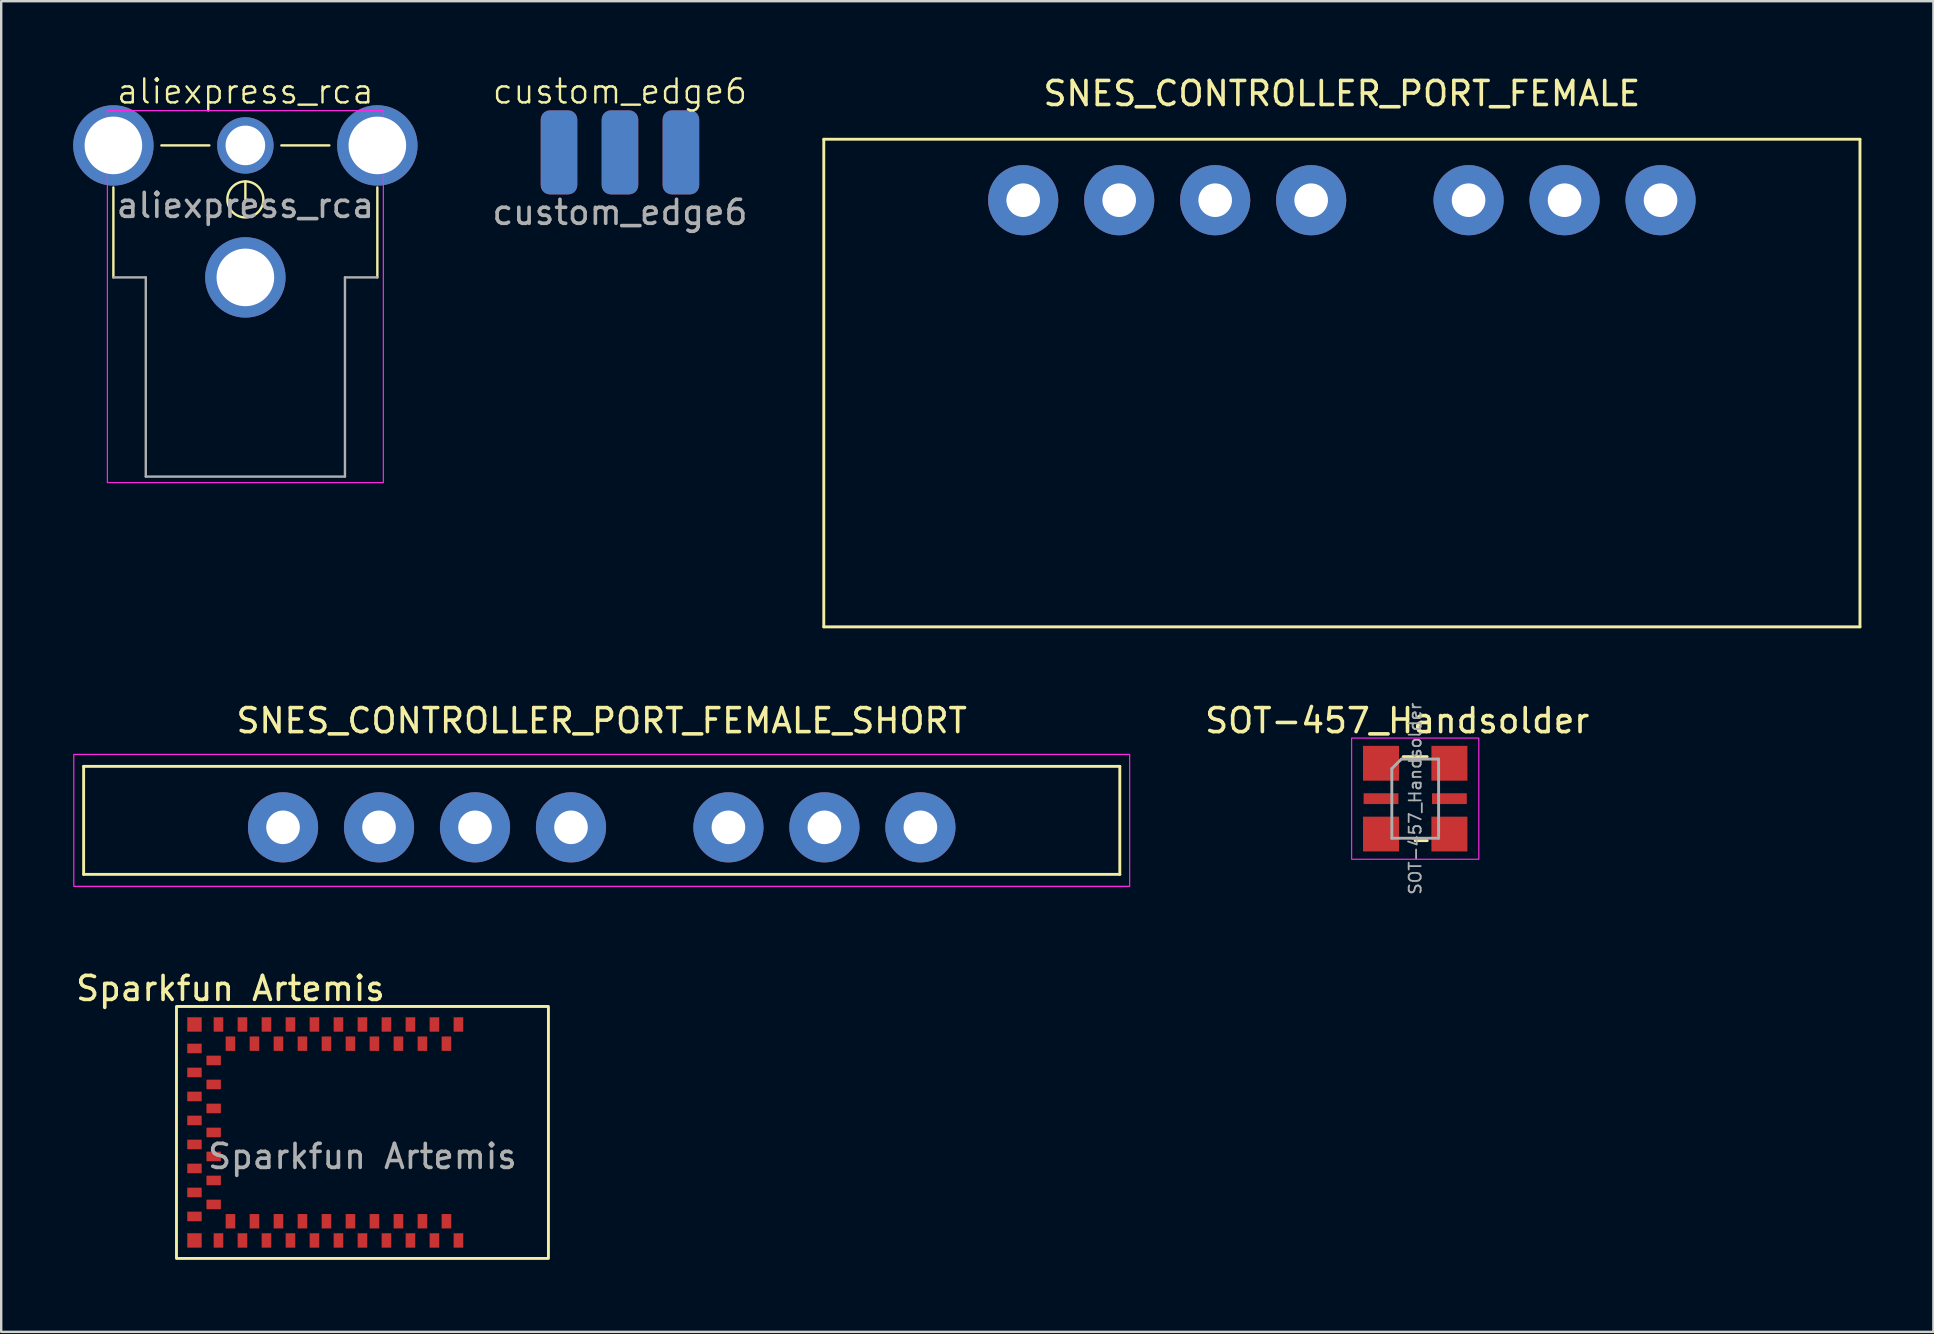
<source format=kicad_pcb>
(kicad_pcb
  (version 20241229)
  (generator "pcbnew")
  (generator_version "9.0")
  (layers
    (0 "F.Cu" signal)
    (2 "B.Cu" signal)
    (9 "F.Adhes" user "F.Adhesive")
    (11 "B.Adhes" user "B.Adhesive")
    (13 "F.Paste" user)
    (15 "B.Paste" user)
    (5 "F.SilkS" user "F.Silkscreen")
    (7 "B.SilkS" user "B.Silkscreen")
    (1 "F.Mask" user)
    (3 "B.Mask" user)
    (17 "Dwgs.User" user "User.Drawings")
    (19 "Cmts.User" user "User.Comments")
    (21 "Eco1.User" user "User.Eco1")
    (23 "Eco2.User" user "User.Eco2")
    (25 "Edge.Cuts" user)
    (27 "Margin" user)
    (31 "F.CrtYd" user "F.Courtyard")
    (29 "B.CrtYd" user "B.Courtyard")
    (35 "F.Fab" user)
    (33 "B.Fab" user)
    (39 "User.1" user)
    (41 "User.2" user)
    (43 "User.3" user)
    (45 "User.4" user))
  (footprint "Sparkfun Artemis"
    (layer "F.Cu")
    (at 11.054 44.142)
    (property "Reference" "Sparkfun Artemis" (at -4.5 -6 0) (unlocked yes) (layer "F.SilkS") (effects (font (size 1 1) (thickness 0.15))))
    (attr smd)
    (fp_rect (start -6.75 -5.25) (end 8.75 5.25) (stroke (width 0.12) (type default)) (fill no) (layer "F.SilkS"))
    (fp_text user "${REFERENCE}" (at 1 1 0) (unlocked yes) (layer "F.Fab") (effects (font (size 1 1) (thickness 0.15))))
    (pad "1" smd rect (at 5 -4.5) (size 0.4 0.6) (layers "F.Cu" "F.Mask" "F.Paste"))
    (pad "2" smd rect (at 4.5 -3.7) (size 0.4 0.6) (layers "F.Cu" "F.Mask" "F.Paste"))
    (pad "3" smd rect (at 4 -4.5) (size 0.4 0.6) (layers "F.Cu" "F.Mask" "F.Paste"))
    (pad "4" smd rect (at 3.5 -3.7) (size 0.4 0.6) (layers "F.Cu" "F.Mask" "F.Paste"))
    (pad "5" smd rect (at 3 -4.5) (size 0.4 0.6) (layers "F.Cu" "F.Mask" "F.Paste"))
    (pad "6" smd rect (at 2.5 -3.7) (size 0.4 0.6) (layers "F.Cu" "F.Mask" "F.Paste"))
    (pad "7" smd rect (at 2 -4.5) (size 0.4 0.6) (layers "F.Cu" "F.Mask" "F.Paste"))
    (pad "8" smd rect (at 1.5 -3.7) (size 0.4 0.6) (layers "F.Cu" "F.Mask" "F.Paste"))
    (pad "9" smd rect (at 1 -4.5) (size 0.4 0.6) (layers "F.Cu" "F.Mask" "F.Paste"))
    (pad "10" smd rect (at 0.5 -3.7) (size 0.4 0.6) (layers "F.Cu" "F.Mask" "F.Paste"))
    (pad "11" smd rect (at 0 -4.5) (size 0.4 0.6) (layers "F.Cu" "F.Mask" "F.Paste"))
    (pad "12" smd rect (at -0.5 -3.7) (size 0.4 0.6) (layers "F.Cu" "F.Mask" "F.Paste"))
    (pad "13" smd rect (at -1 -4.5) (size 0.4 0.6) (layers "F.Cu" "F.Mask" "F.Paste"))
    (pad "14" smd rect (at -1.5 -3.7) (size 0.4 0.6) (layers "F.Cu" "F.Mask" "F.Paste"))
    (pad "15" smd rect (at -2 -4.5) (size 0.4 0.6) (layers "F.Cu" "F.Mask" "F.Paste"))
    (pad "16" smd rect (at -2.5 -3.7) (size 0.4 0.6) (layers "F.Cu" "F.Mask" "F.Paste"))
    (pad "17" smd rect (at -3 -4.5) (size 0.4 0.6) (layers "F.Cu" "F.Mask" "F.Paste"))
    (pad "18" smd rect (at -3.5 -3.7) (size 0.4 0.6) (layers "F.Cu" "F.Mask" "F.Paste"))
    (pad "19" smd rect (at -4 -4.5) (size 0.4 0.6) (layers "F.Cu" "F.Mask" "F.Paste"))
    (pad "20" smd rect (at -4.5 -3.7) (size 0.4 0.6) (layers "F.Cu" "F.Mask" "F.Paste"))
    (pad "21" smd rect (at -5 -4.5) (size 0.4 0.6) (layers "F.Cu" "F.Mask" "F.Paste"))
    (pad "22" smd rect (at -6 -4.5) (size 0.6 0.6) (layers "F.Cu" "F.Mask" "F.Paste"))
    (pad "23" smd rect (at -6 -3.5) (size 0.6 0.4) (layers "F.Cu" "F.Mask" "F.Paste"))
    (pad "24" smd rect (at -5.2 -3) (size 0.6 0.4) (layers "F.Cu" "F.Mask" "F.Paste"))
    (pad "25" smd rect (at -6 -2.5) (size 0.6 0.4) (layers "F.Cu" "F.Mask" "F.Paste"))
    (pad "26" smd rect (at -5.2 -2) (size 0.6 0.4) (layers "F.Cu" "F.Mask" "F.Paste"))
    (pad "27" smd rect (at -6 -1.5) (size 0.6 0.4) (layers "F.Cu" "F.Mask" "F.Paste"))
    (pad "28" smd rect (at -5.2 -1) (size 0.6 0.4) (layers "F.Cu" "F.Mask" "F.Paste"))
    (pad "29" smd rect (at -6 -0.5) (size 0.6 0.4) (layers "F.Cu" "F.Mask" "F.Paste"))
    (pad "30" smd rect (at -5.2 0) (size 0.6 0.4) (layers "F.Cu" "F.Mask" "F.Paste"))
    (pad "31" smd rect (at -6 0.5) (size 0.6 0.4) (layers "F.Cu" "F.Mask" "F.Paste"))
    (pad "32" smd rect (at -5.2 1) (size 0.6 0.4) (layers "F.Cu" "F.Mask" "F.Paste"))
    (pad "33" smd rect (at -6 1.5) (size 0.6 0.4) (layers "F.Cu" "F.Mask" "F.Paste"))
    (pad "34" smd rect (at -5.2 2) (size 0.6 0.4) (layers "F.Cu" "F.Mask" "F.Paste"))
    (pad "35" smd rect (at -6 2.5) (size 0.6 0.4) (layers "F.Cu" "F.Mask" "F.Paste"))
    (pad "36" smd rect (at -5.2 3) (size 0.6 0.4) (layers "F.Cu" "F.Mask" "F.Paste"))
    (pad "37" smd rect (at -6 3.5) (size 0.6 0.4) (layers "F.Cu" "F.Mask" "F.Paste"))
    (pad "38" smd rect (at -6 4.5) (size 0.6 0.6) (layers "F.Cu" "F.Mask" "F.Paste"))
    (pad "39" smd rect (at -5 4.5) (size 0.4 0.6) (layers "F.Cu" "F.Mask" "F.Paste"))
    (pad "40" smd rect (at -4.5 3.7) (size 0.4 0.6) (layers "F.Cu" "F.Mask" "F.Paste"))
    (pad "41" smd rect (at -4 4.5) (size 0.4 0.6) (layers "F.Cu" "F.Mask" "F.Paste"))
    (pad "42" smd rect (at -3.5 3.7) (size 0.4 0.6) (layers "F.Cu" "F.Mask" "F.Paste"))
    (pad "43" smd rect (at -3 4.5) (size 0.4 0.6) (layers "F.Cu" "F.Mask" "F.Paste"))
    (pad "44" smd rect (at -2.5 3.7) (size 0.4 0.6) (layers "F.Cu" "F.Mask" "F.Paste"))
    (pad "45" smd rect (at -2 4.5) (size 0.4 0.6) (layers "F.Cu" "F.Mask" "F.Paste"))
    (pad "46" smd rect (at -1.5 3.7) (size 0.4 0.6) (layers "F.Cu" "F.Mask" "F.Paste"))
    (pad "47" smd rect (at -1 4.5) (size 0.4 0.6) (layers "F.Cu" "F.Mask" "F.Paste"))
    (pad "48" smd rect (at -0.5 3.7) (size 0.4 0.6) (layers "F.Cu" "F.Mask" "F.Paste"))
    (pad "49" smd rect (at 0 4.5) (size 0.4 0.6) (layers "F.Cu" "F.Mask" "F.Paste"))
    (pad "50" smd rect (at 0.5 3.7) (size 0.4 0.6) (layers "F.Cu" "F.Mask" "F.Paste"))
    (pad "51" smd rect (at 1 4.5) (size 0.4 0.6) (layers "F.Cu" "F.Mask" "F.Paste"))
    (pad "52" smd rect (at 1.5 3.7) (size 0.4 0.6) (layers "F.Cu" "F.Mask" "F.Paste"))
    (pad "53" smd rect (at 2 4.5) (size 0.4 0.6) (layers "F.Cu" "F.Mask" "F.Paste"))
    (pad "54" smd rect (at 2.5 3.7) (size 0.4 0.6) (layers "F.Cu" "F.Mask" "F.Paste"))
    (pad "55" smd rect (at 3 4.5) (size 0.4 0.6) (layers "F.Cu" "F.Mask" "F.Paste"))
    (pad "56" smd rect (at 3.5 3.7) (size 0.4 0.6) (layers "F.Cu" "F.Mask" "F.Paste"))
    (pad "57" smd rect (at 4 4.5) (size 0.4 0.6) (layers "F.Cu" "F.Mask" "F.Paste"))
    (pad "58" smd rect (at 4.5 3.7) (size 0.4 0.6) (layers "F.Cu" "F.Mask" "F.Paste"))
    (pad "59" smd rect (at 5 4.5) (size 0.4 0.6) (layers "F.Cu" "F.Mask" "F.Paste")))
  (footprint "aliexpress_rca"
    (layer "F.Cu")
    (at 7.175 3.01)
    (property "Reference" "aliexpress_rca" (at 0 -2.25 0) (unlocked yes) (layer "F.SilkS") (effects (font (size 1 1) (thickness 0.1))))
    (attr smd)
    (fp_line (start -5.5 1.75) (end -5.5 5.5) (stroke (width 0.1) (type default)) (layer "F.SilkS"))
    (fp_line (start -3.5 0) (end -1.5 0) (stroke (width 0.1) (type default)) (layer "F.SilkS"))
    (fp_line (start 0 2.25) (end 0 1.5) (stroke (width 0.1) (type default)) (layer "F.SilkS"))
    (fp_line (start 1.5 0) (end 3.5 0) (stroke (width 0.1) (type default)) (layer "F.SilkS"))
    (fp_line (start 5.5 5.5) (end 5.5 1.75) (stroke (width 0.1) (type default)) (layer "F.SilkS"))
    (fp_circle (center 0 2.25) (end 0.75 2.25) (stroke (width 0.1) (type default)) (fill no) (layer "F.SilkS"))
    (fp_rect (start -5.75 -1.45) (end 5.75 14.05) (stroke (width 0.05) (type solid)) (fill no) (layer "F.CrtYd"))
    (fp_line (start -4.15 5.5) (end -5.5 5.5) (stroke (width 0.1) (type default)) (layer "F.Fab"))
    (fp_line (start -4.15 5.5) (end -4.15 13.8) (stroke (width 0.1) (type solid)) (layer "F.Fab"))
    (fp_line (start -4.15 13.8) (end 4.15 13.8) (stroke (width 0.1) (type solid)) (layer "F.Fab"))
    (fp_line (start 4.15 5.5) (end 4.15 13.8) (stroke (width 0.1) (type solid)) (layer "F.Fab"))
    (fp_line (start 4.15 5.5) (end 5.5 5.5) (stroke (width 0.1) (type default)) (layer "F.Fab"))
    (fp_text user "${REFERENCE}" (at 0 2.5 0) (unlocked yes) (layer "F.Fab") (effects (font (size 1 1) (thickness 0.15))))
    (pad "1" thru_hole circle (at 0 0) (size 2.35 2.35) (drill 1.65) (layers "*.Cu" "*.Mask"))
    (pad "2" thru_hole circle (at -5.5 0) (size 3.35 3.35) (drill 2.4) (layers "*.Cu" "*.Mask"))
    (pad "2" thru_hole circle (at 0 5.5) (size 3.35 3.35) (drill 2.4) (layers "*.Cu" "*.Mask"))
    (pad "2" thru_hole circle (at 5.5 0) (size 3.35 3.35) (drill 2.4) (layers "*.Cu" "*.Mask")))
  (footprint "SNES_CONTROLLER_PORT_FEMALE"
    (layer "F.Cu")
    (at 52.869 2.753)
    (property "Reference" "SNES_CONTROLLER_PORT_FEMALE" (at 0 -1.905 0) (layer "F.SilkS") (effects (font (size 1 1) (thickness 0.15))))
    (attr through_hole)
    (fp_line (start -21.59 0) (end 21.59 0) (stroke (width 0.12) (type solid)) (layer "F.SilkS"))
    (fp_line (start -21.59 20.32) (end -21.59 0) (stroke (width 0.12) (type solid)) (layer "F.SilkS"))
    (fp_line (start 21.59 0) (end 21.59 20.32) (stroke (width 0.12) (type solid)) (layer "F.SilkS"))
    (fp_line (start 21.59 20.32) (end -21.59 20.32) (stroke (width 0.12) (type solid)) (layer "F.SilkS"))
    (pad "1" thru_hole circle (at -13.28 2.54) (size 2.924 2.924) (drill 1.4) (layers "*.Cu" "*.Mask"))
    (pad "2" thru_hole circle (at -9.28 2.54) (size 2.924 2.924) (drill 1.4) (layers "*.Cu" "*.Mask"))
    (pad "3" thru_hole circle (at -5.28 2.54) (size 2.924 2.924) (drill 1.4) (layers "*.Cu" "*.Mask"))
    (pad "4" thru_hole circle (at -1.28 2.54) (size 2.924 2.924) (drill 1.4) (layers "*.Cu" "*.Mask"))
    (pad "5" thru_hole circle (at 5.28 2.54) (size 2.924 2.924) (drill 1.4) (layers "*.Cu" "*.Mask"))
    (pad "6" thru_hole circle (at 9.28 2.54) (size 2.924 2.924) (drill 1.4) (layers "*.Cu" "*.Mask"))
    (pad "7" thru_hole circle (at 13.28 2.54) (size 2.924 2.924) (drill 1.4) (layers "*.Cu" "*.Mask")))
  (footprint "SNES_CONTROLLER_PORT_FEMALE_SHORT"
    (layer "F.Cu")
    (at 22.025 28.887)
    (property "Reference" "SNES_CONTROLLER_PORT_FEMALE_SHORT" (at 0 -1.905 0) (layer "F.SilkS") (effects (font (size 1 1) (thickness 0.15))))
    (attr through_hole)
    (fp_line (start -21.59 0) (end 21.59 0) (stroke (width 0.12) (type solid)) (layer "F.SilkS"))
    (fp_line (start -21.59 4.5) (end -21.59 0) (stroke (width 0.12) (type solid)) (layer "F.SilkS"))
    (fp_line (start 21.59 0) (end 21.59 4.5) (stroke (width 0.12) (type solid)) (layer "F.SilkS"))
    (fp_line (start 21.59 4.5) (end -21.59 4.5) (stroke (width 0.12) (type solid)) (layer "F.SilkS"))
    (fp_rect (start -22 -0.5) (end 22 5) (stroke (width 0.05) (type default)) (fill no) (layer "F.CrtYd"))
    (pad "1" thru_hole circle (at -13.28 2.54) (size 2.924 2.924) (drill 1.4) (layers "*.Cu" "*.Mask"))
    (pad "2" thru_hole circle (at -9.28 2.54) (size 2.924 2.924) (drill 1.4) (layers "*.Cu" "*.Mask"))
    (pad "3" thru_hole circle (at -5.28 2.54) (size 2.924 2.924) (drill 1.4) (layers "*.Cu" "*.Mask"))
    (pad "4" thru_hole circle (at -1.28 2.54) (size 2.924 2.924) (drill 1.4) (layers "*.Cu" "*.Mask"))
    (pad "5" thru_hole circle (at 5.28 2.54) (size 2.924 2.924) (drill 1.4) (layers "*.Cu" "*.Mask"))
    (pad "6" thru_hole circle (at 9.28 2.54) (size 2.924 2.924) (drill 1.4) (layers "*.Cu" "*.Mask"))
    (pad "7" thru_hole circle (at 13.28 2.54) (size 2.924 2.924) (drill 1.4) (layers "*.Cu" "*.Mask")))
  (footprint "SOT-457_Handsolder"
    (layer "F.Cu")
    (at 55.925 30.232)
    (property "Reference" "SOT-457_Handsolder" (at -0.75 -3.25 0) (unlocked yes) (layer "F.SilkS") (effects (font (size 1 1) (thickness 0.15))))
    (attr smd)
    (fp_line (start -0.5 -1.75) (end 0.5 -1.75) (stroke (width 0.12) (type solid)) (layer "F.SilkS"))
    (fp_line (start 0 1.75) (end 0.5 1.75) (stroke (width 0.12) (type solid)) (layer "F.SilkS"))
    (fp_rect (start -2.65 -2.525) (end 2.65 2.525) (stroke (width 0.05) (type solid)) (fill no) (layer "F.CrtYd"))
    (fp_line (start -0.975 -1.25) (end -0.975 1.65) (stroke (width 0.12) (type solid)) (layer "F.Fab"))
    (fp_line (start -0.975 1.65) (end 0.975 1.65) (stroke (width 0.12) (type solid)) (layer "F.Fab"))
    (fp_line (start -0.575 -1.65) (end -0.975 -1.25) (stroke (width 0.12) (type solid)) (layer "F.Fab"))
    (fp_line (start 0.975 -1.65) (end -0.575 -1.65) (stroke (width 0.12) (type solid)) (layer "F.Fab"))
    (fp_line (start 0.975 1.65) (end 0.975 -1.65) (stroke (width 0.12) (type solid)) (layer "F.Fab"))
    (fp_text user "${REFERENCE}" (at 0 0 90) (unlocked yes) (layer "F.Fab") (effects (font (size 0.5 0.5) (thickness 0.075))))
    (pad "1" smd rect (at -1.425 -1.475 270) (size 1.45 1.5) (layers "F.Cu" "F.Mask" "F.Paste"))
    (pad "2" smd rect (at -1.425 0) (size 1.45 0.45) (layers "F.Cu" "F.Mask" "F.Paste"))
    (pad "3" smd rect (at -1.425 1.475 90) (size 1.45 1.5) (layers "F.Cu" "F.Mask" "F.Paste"))
    (pad "4" smd rect (at 1.425 1.475 90) (size 1.45 1.5) (layers "F.Cu" "F.Mask" "F.Paste"))
    (pad "5" smd rect (at 1.425 0) (size 1.45 0.45) (layers "F.Cu" "F.Mask" "F.Paste"))
    (pad "6" smd rect (at 1.425 -1.475 90) (size 1.45 1.5) (layers "F.Cu" "F.Mask" "F.Paste")))
  (footprint "custom_edge6"
    (layer "F.Cu")
    (at 22.785 3.3)
    (property "Reference" "custom_edge6" (at 0 -2.54 0) (unlocked yes) (layer "F.SilkS") (effects (font (size 1 1) (thickness 0.1))))
    (attr smd)
    (fp_text user "${REFERENCE}" (at 0 2.5 0) (unlocked yes) (layer "F.Fab") (effects (font (size 1 1) (thickness 0.15))))
    (pad "1" smd roundrect (at -2.54 0 90) (size 3.5 1.524) (layers "F.Cu" "F.Mask" "F.Paste") (roundrect_rratio 0.25))
    (pad "2" smd roundrect (at 0 0 90) (size 3.5 1.524) (layers "F.Cu" "F.Mask" "F.Paste") (roundrect_rratio 0.25))
    (pad "3" smd roundrect (at 2.54 0 90) (size 3.5 1.524) (layers "F.Cu" "F.Mask" "F.Paste") (roundrect_rratio 0.25))
    (pad "4" smd roundrect (at 2.54 0 90) (size 3.5 1.524) (layers "B.Cu" "B.Mask" "B.Paste") (roundrect_rratio 0.25))
    (pad "5" smd roundrect (at 0 0 90) (size 3.5 1.524) (layers "B.Cu" "B.Mask" "B.Paste") (roundrect_rratio 0.25))
    (pad "6" smd roundrect (at -2.54 0 90) (size 3.5 1.524) (layers "B.Cu" "B.Mask" "B.Paste") (roundrect_rratio 0.25)))
  (gr_rect
    (start -3 -3)
    (end 77.519 52.452)
    (stroke (width 0.1) (type default))
    (fill no)
    (layer "Edge.Cuts")))
</source>
